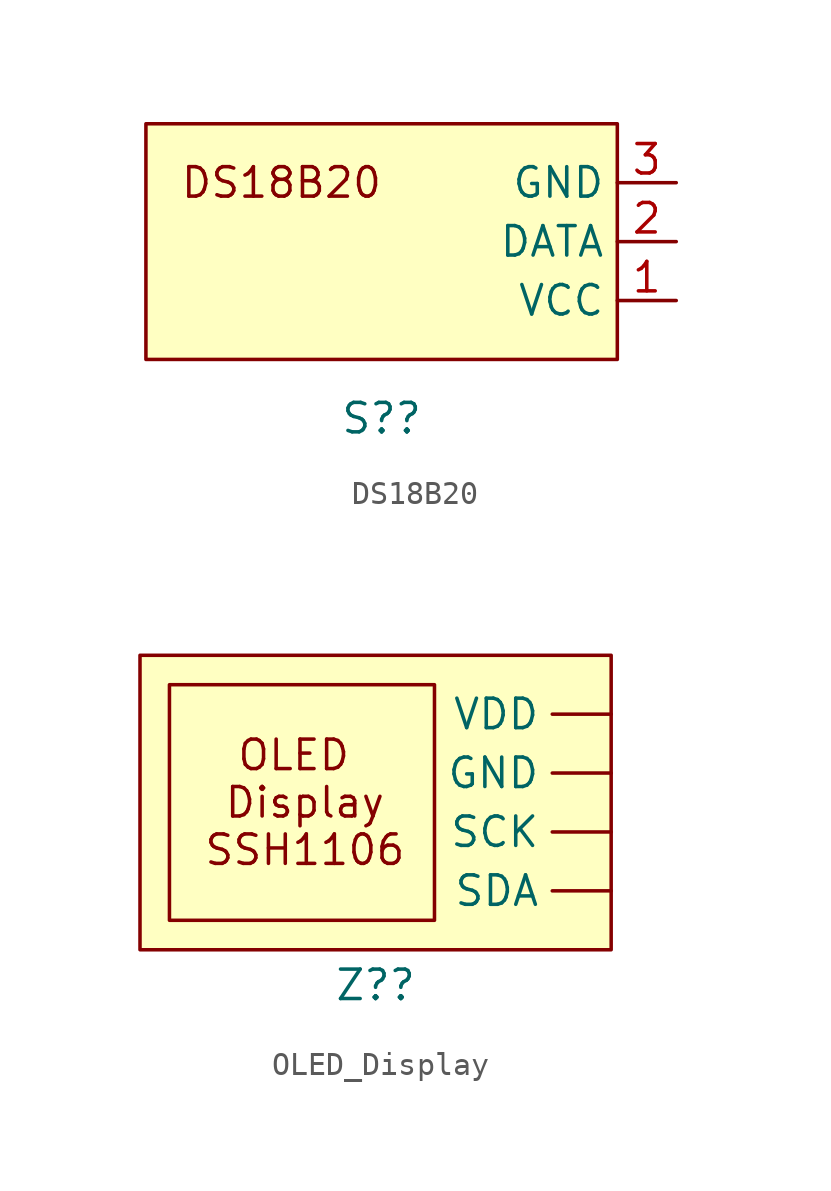
<source format=kicad_sym>
(kicad_symbol_lib
  (version 20241209)
  (generator "kicad_symbol_editor")
  (generator_version "9.0")
  (symbol "DS18B20"
    (property "Reference" "S?"
      (at 0 -7.62 0)
      (effects (font (size 1.27 1.27))))
    (property "Value" ""
      (at 0 0 0)
      (effects (font (size 1.27 1.27))))
    (symbol "DS18B20_1_1"
      (rectangle (start -10.16 5.08) (end 10.16 -5.08) (stroke (width 0) (type solid)) (fill (type background)))
      (text "DS18B20" (at -4.318 2.54 0) (effects (font (size 1.27 1.27))))
      (pin power_in line (at 12.7 2.54 180) (length 2.54) (name "GND" (effects (font (size 1.27 1.27)))) (number "3" (effects (font (size 1.27 1.27)))))
      (pin output line (at 12.7 0 180) (length 2.54) (name "DATA" (effects (font (size 1.27 1.27)))) (number "2" (effects (font (size 1.27 1.27)))))
      (pin power_in line (at 12.7 -2.54 180) (length 2.54) (name "VCC" (effects (font (size 1.27 1.27)))) (number "1" (effects (font (size 1.27 1.27)))))))
  (symbol "OLED_Display"
    (pin_numbers
      (hide yes))
    (property "Reference" "Z?"
      (at 0 -6.604 0)
      (effects (font (size 1.27 1.27))))
    (property "Value" ""
      (at 0 0 0)
      (effects (font (size 1.27 1.27))))
    (symbol "OLED_Display_1_1"
      (rectangle (start -10.16 7.62) (end 10.16 -5.08) (stroke (width 0) (type solid)) (fill (type background)))
      (rectangle (start -8.89 6.35) (end 2.54 -3.81) (stroke (width 0) (type solid)) (fill (type none)))
      (text "OLED \nDisplay\nSSH1106" (at -3.048 1.27 0) (effects (font (size 1.27 1.27))))
      (pin power_in line (at 10.16 5.08 180) (length 2.54) (name "VDD" (effects (font (size 1.27 1.27)))) (number "1" (effects (font (size 1.27 1.27)))))
      (pin power_in line (at 10.16 2.54 180) (length 2.54) (name "GND" (effects (font (size 1.27 1.27)))) (number "2" (effects (font (size 1.27 1.27)))))
      (pin input line (at 10.16 0 180) (length 2.54) (name "SCK" (effects (font (size 1.27 1.27)))) (number "3" (effects (font (size 1.27 1.27)))))
      (pin bidirectional line (at 10.16 -2.54 180) (length 2.54) (name "SDA" (effects (font (size 1.27 1.27)))) (number "4" (effects (font (size 1.27 1.27))))))))
</source>
